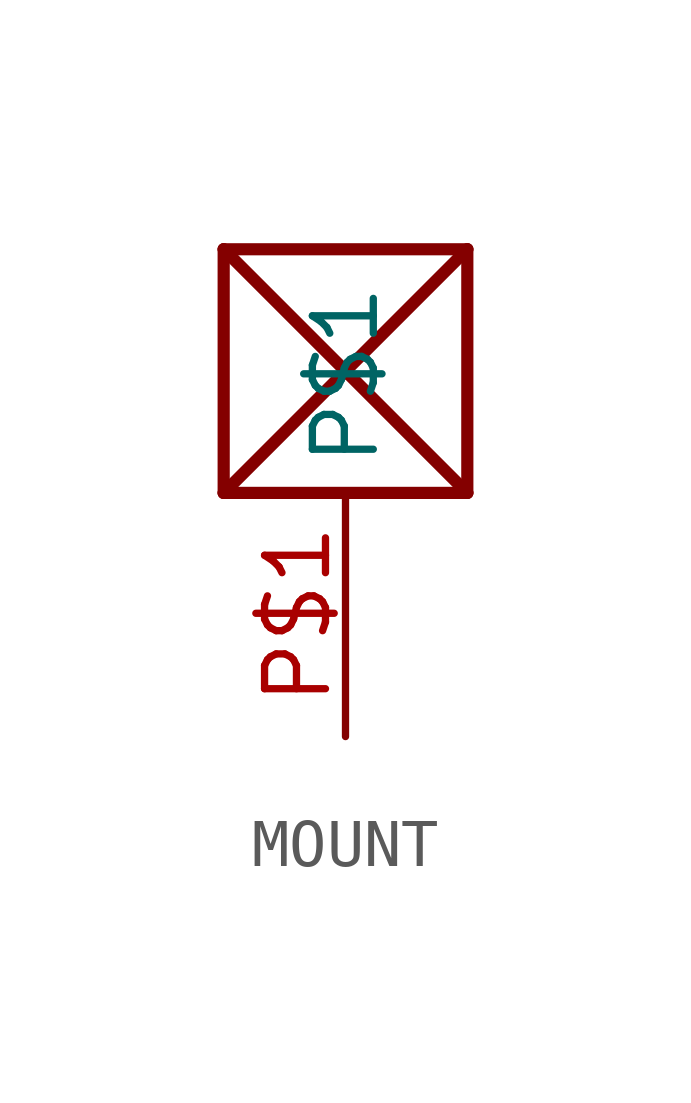
<source format=kicad_sym>
(kicad_symbol_lib
  (version 20231120)
  (generator "kicad_symbol_editor")
  (generator_version "8.0")
  (symbol "MOUNT"
    (property "Reference" ""
      (at -2.54 5.08 0)
      (effects (font (size 1.27 1.079)) (justify left bottom) (hide yes)))
    (property "ki_locked" ""
      (at 0 0 0)
      (effects (font (size 1.27 1.27))))
    (symbol "MOUNT_1_0"
      (polyline (pts (xy -2.54 -2.54) (xy -2.54 2.54)) (stroke (width 0.254) (type solid)) (fill (type none)))
      (polyline (pts (xy -2.54 2.54) (xy 2.54 -2.54)) (stroke (width 0.254) (type solid)) (fill (type none)))
      (polyline (pts (xy -2.54 2.54) (xy 2.54 2.54)) (stroke (width 0.254) (type solid)) (fill (type none)))
      (polyline (pts (xy 2.54 -2.54) (xy -2.54 -2.54)) (stroke (width 0.254) (type solid)) (fill (type none)))
      (polyline (pts (xy 2.54 -2.54) (xy 2.54 2.54)) (stroke (width 0.254) (type solid)) (fill (type none)))
      (polyline (pts (xy 2.54 2.54) (xy -2.54 -2.54)) (stroke (width 0.254) (type solid)) (fill (type none)))
      (pin bidirectional line (at 0 -7.62 90) (length 5.08) (name "P$1" (effects (font (size 1.27 1.27)))) (number "P$1" (effects (font (size 1.27 1.27))))))))
</source>
